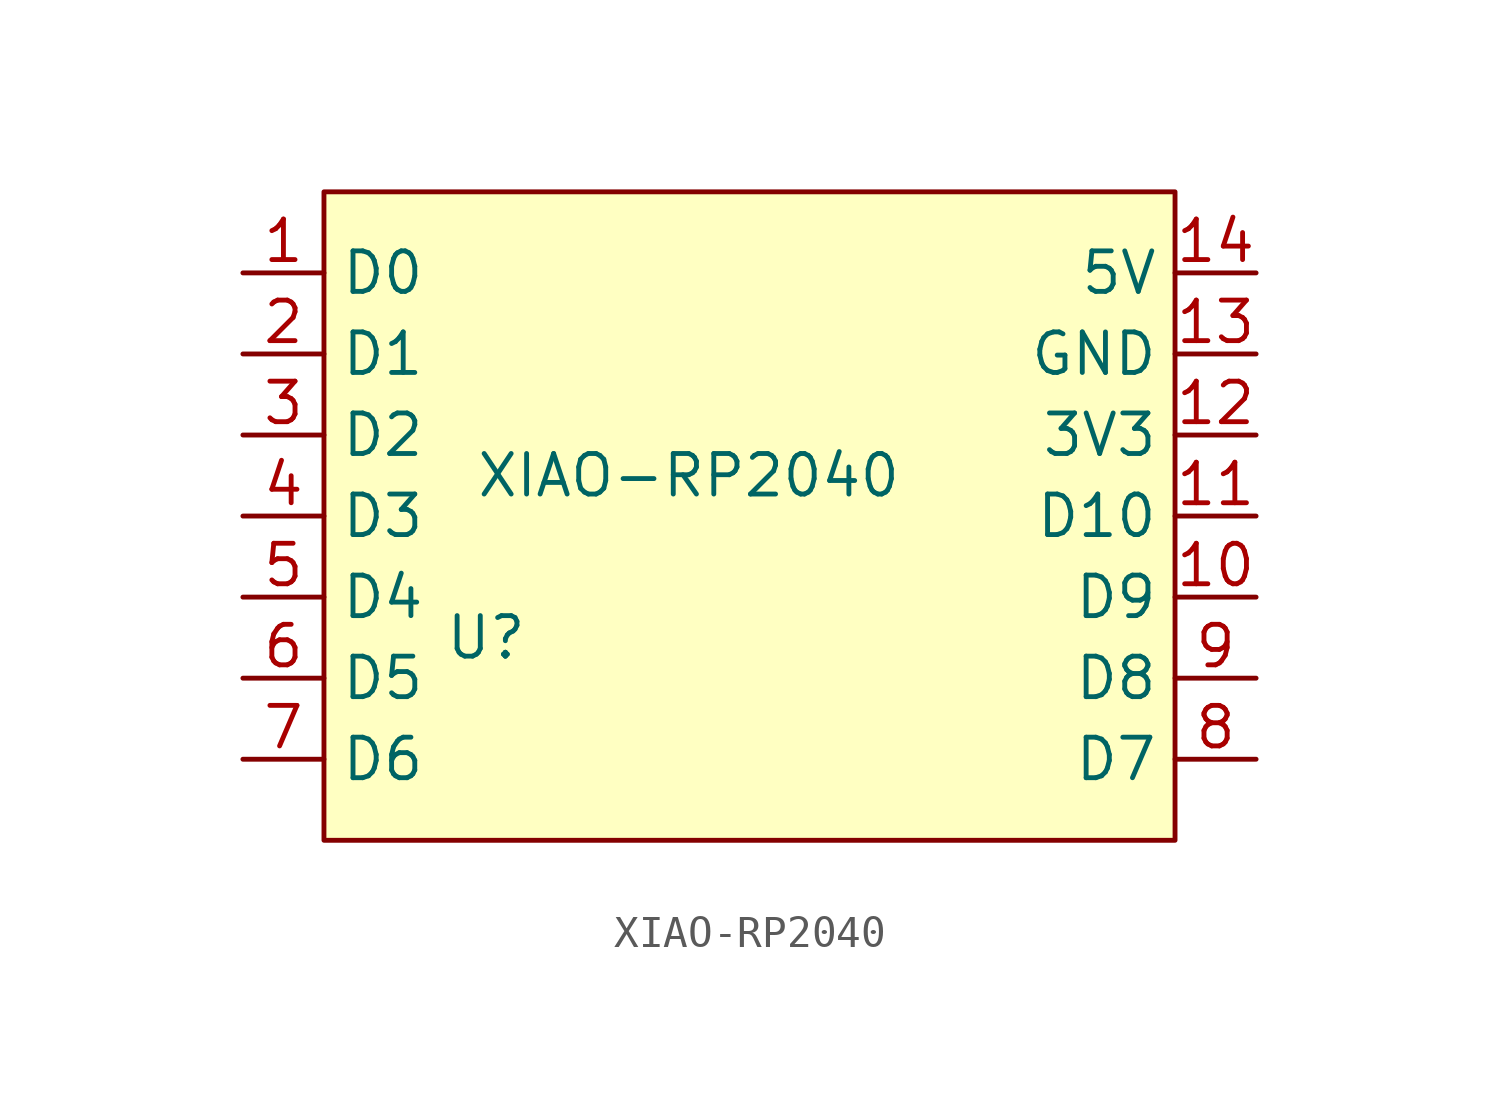
<source format=kicad_sym>
(kicad_symbol_lib
  (version 20211014)
  (generator kicad_symbol_editor)
  (symbol "XIAO-RP2040"
    (property "Reference" "U"
      (at 0 0 0)
      (effects (font (size 1.27 1.27))))
    (property "Value" "XIAO-RP2040"
      (at 6.35 5.08 0)
      (effects (font (size 1.27 1.27))))
    (symbol "XIAO-RP2040_0_1"
      (rectangle (start -5.08 13.97) (end 21.59 -6.35) (stroke (width 0) (type default) (color 0 0 0 0)) (fill (type background))))
    (symbol "XIAO-RP2040_1_1"
      (pin bidirectional line (at -7.62 11.43 0) (length 2.54) (name "D0" (effects (font (size 1.27 1.27)))) (number "1" (effects (font (size 1.27 1.27)))))
      (pin bidirectional line (at 24.13 1.27 180) (length 2.54) (name "D9" (effects (font (size 1.27 1.27)))) (number "10" (effects (font (size 1.27 1.27)))))
      (pin bidirectional line (at 24.13 3.81 180) (length 2.54) (name "D10" (effects (font (size 1.27 1.27)))) (number "11" (effects (font (size 1.27 1.27)))))
      (pin power_in line (at 24.13 6.35 180) (length 2.54) (name "3V3" (effects (font (size 1.27 1.27)))) (number "12" (effects (font (size 1.27 1.27)))))
      (pin power_in line (at 24.13 8.89 180) (length 2.54) (name "GND" (effects (font (size 1.27 1.27)))) (number "13" (effects (font (size 1.27 1.27)))))
      (pin power_in line (at 24.13 11.43 180) (length 2.54) (name "5V" (effects (font (size 1.27 1.27)))) (number "14" (effects (font (size 1.27 1.27)))))
      (pin bidirectional line (at -7.62 8.89 0) (length 2.54) (name "D1" (effects (font (size 1.27 1.27)))) (number "2" (effects (font (size 1.27 1.27)))))
      (pin bidirectional line (at -7.62 6.35 0) (length 2.54) (name "D2" (effects (font (size 1.27 1.27)))) (number "3" (effects (font (size 1.27 1.27)))))
      (pin bidirectional line (at -7.62 3.81 0) (length 2.54) (name "D3" (effects (font (size 1.27 1.27)))) (number "4" (effects (font (size 1.27 1.27)))))
      (pin bidirectional line (at -7.62 1.27 0) (length 2.54) (name "D4" (effects (font (size 1.27 1.27)))) (number "5" (effects (font (size 1.27 1.27)))))
      (pin bidirectional line (at -7.62 -1.27 0) (length 2.54) (name "D5" (effects (font (size 1.27 1.27)))) (number "6" (effects (font (size 1.27 1.27)))))
      (pin bidirectional line (at -7.62 -3.81 0) (length 2.54) (name "D6" (effects (font (size 1.27 1.27)))) (number "7" (effects (font (size 1.27 1.27)))))
      (pin bidirectional line (at 24.13 -3.81 180) (length 2.54) (name "D7" (effects (font (size 1.27 1.27)))) (number "8" (effects (font (size 1.27 1.27)))))
      (pin bidirectional line (at 24.13 -1.27 180) (length 2.54) (name "D8" (effects (font (size 1.27 1.27)))) (number "9" (effects (font (size 1.27 1.27))))))))
</source>
